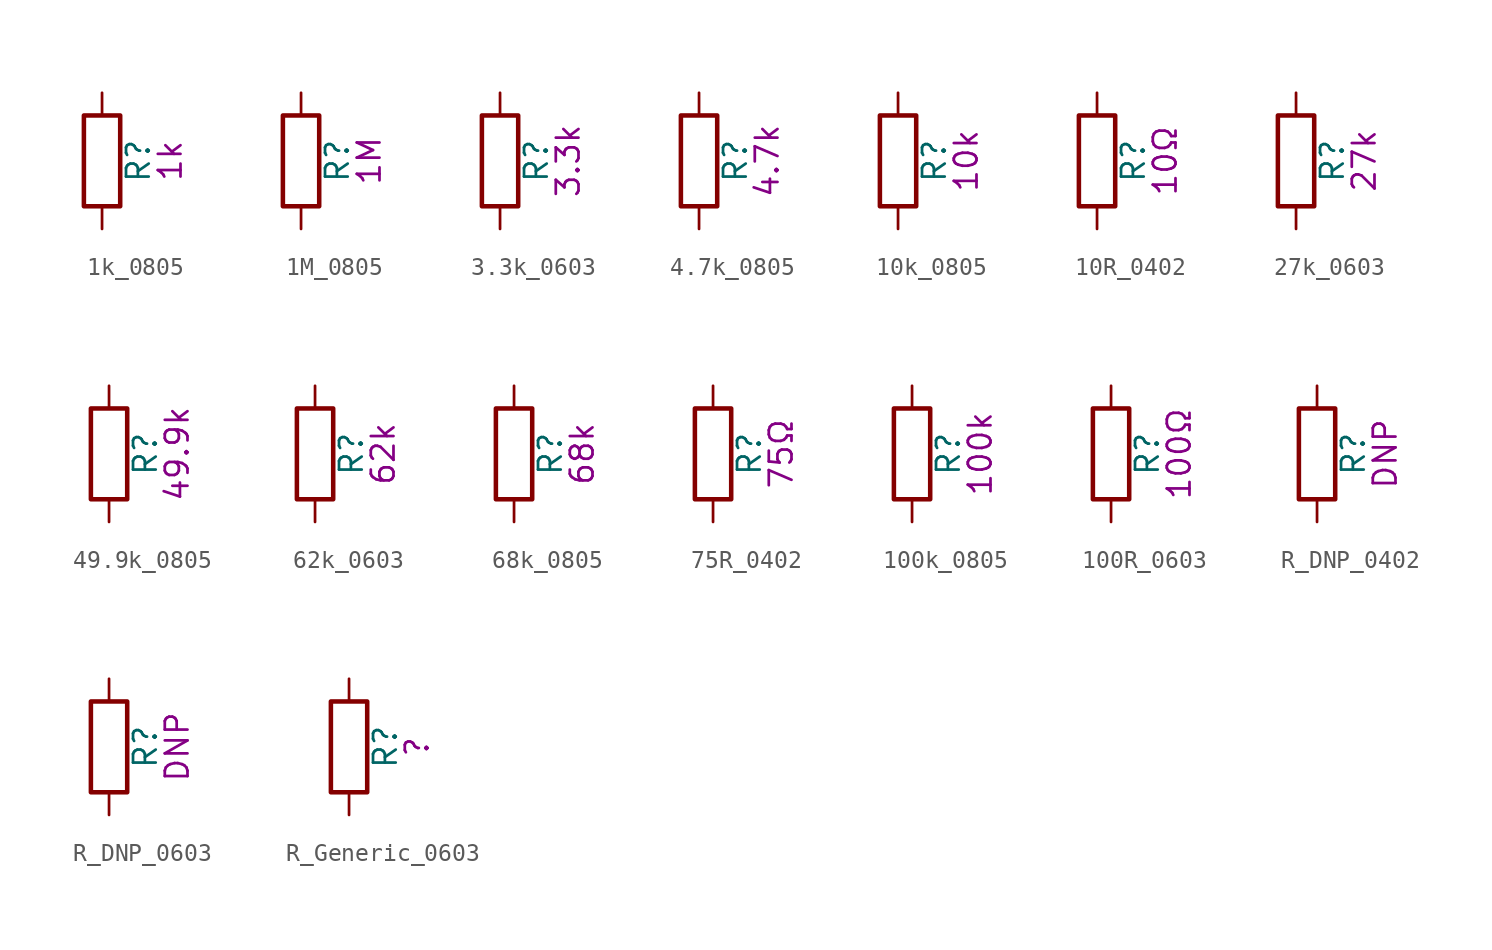
<source format=kicad_sym>
(kicad_symbol_lib
  (version 20211014)
  (generator kicad_symbol_editor)
  (symbol "1k_0805"
    (pin_numbers hide)
    (pin_names
      (offset 0))
    (property "Reference" "R"
      (at 2.032 0 90)
      (effects (font (size 1.27 1.27))))
    (property "Display" "1k"
      (at 3.81 0 90)
      (effects (font (size 1.27 1.27))))
    (property "JLCPCB ID" ""
      (at 0 0 0)
      (effects (font (size 1.27 1.27))))
    (symbol "1k_0805_0_1"
      (rectangle (start -1.016 -2.54) (end 1.016 2.54) (stroke (width 0.254) (type default) (color 0 0 0 0)) (fill (type none))))
    (symbol "1k_0805_1_1"
      (pin passive line (at 0 3.81 270) (length 1.27) (name "~" (effects (font (size 1.27 1.27)))) (number "1" (effects (font (size 1.27 1.27)))))
      (pin passive line (at 0 -3.81 90) (length 1.27) (name "~" (effects (font (size 1.27 1.27)))) (number "2" (effects (font (size 1.27 1.27)))))))
  (symbol "1M_0805"
    (pin_numbers hide)
    (pin_names
      (offset 0))
    (property "Reference" "R"
      (at 2.032 0 90)
      (effects (font (size 1.27 1.27))))
    (property "Display" "1M"
      (at 3.81 0 90)
      (effects (font (size 1.27 1.27))))
    (property "JLCPCB ID" ""
      (at 0 0 0)
      (effects (font (size 1.27 1.27))))
    (symbol "1M_0805_0_1"
      (rectangle (start -1.016 -2.54) (end 1.016 2.54) (stroke (width 0.254) (type default) (color 0 0 0 0)) (fill (type none))))
    (symbol "1M_0805_1_1"
      (pin passive line (at 0 3.81 270) (length 1.27) (name "~" (effects (font (size 1.27 1.27)))) (number "1" (effects (font (size 1.27 1.27)))))
      (pin passive line (at 0 -3.81 90) (length 1.27) (name "~" (effects (font (size 1.27 1.27)))) (number "2" (effects (font (size 1.27 1.27)))))))
  (symbol "3.3k_0603"
    (pin_numbers hide)
    (pin_names
      (offset 0))
    (property "Reference" "R"
      (at 2.032 0 90)
      (effects (font (size 1.27 1.27))))
    (property "Display" "3.3k"
      (at 3.81 0 90)
      (effects (font (size 1.27 1.27))))
    (symbol "3.3k_0603_0_1"
      (rectangle (start -1.016 -2.54) (end 1.016 2.54) (stroke (width 0.254) (type default) (color 0 0 0 0)) (fill (type none))))
    (symbol "3.3k_0603_1_1"
      (pin passive line (at 0 3.81 270) (length 1.27) (name "~" (effects (font (size 1.27 1.27)))) (number "1" (effects (font (size 1.27 1.27)))))
      (pin passive line (at 0 -3.81 90) (length 1.27) (name "~" (effects (font (size 1.27 1.27)))) (number "2" (effects (font (size 1.27 1.27)))))))
  (symbol "4.7k_0805"
    (pin_numbers hide)
    (pin_names
      (offset 0))
    (property "Reference" "R"
      (at 2.032 0 90)
      (effects (font (size 1.27 1.27))))
    (property "Display" "4.7k"
      (at 3.81 0 90)
      (effects (font (size 1.27 1.27))))
    (property "JLCPCB ID" ""
      (at 0 0 0)
      (effects (font (size 1.27 1.27))))
    (symbol "4.7k_0805_0_1"
      (rectangle (start -1.016 -2.54) (end 1.016 2.54) (stroke (width 0.254) (type default) (color 0 0 0 0)) (fill (type none))))
    (symbol "4.7k_0805_1_1"
      (pin passive line (at 0 3.81 270) (length 1.27) (name "~" (effects (font (size 1.27 1.27)))) (number "1" (effects (font (size 1.27 1.27)))))
      (pin passive line (at 0 -3.81 90) (length 1.27) (name "~" (effects (font (size 1.27 1.27)))) (number "2" (effects (font (size 1.27 1.27)))))))
  (symbol "10k_0805"
    (pin_numbers hide)
    (pin_names
      (offset 0))
    (property "Reference" "R"
      (at 2.032 0 90)
      (effects (font (size 1.27 1.27))))
    (property "Display" "10k"
      (at 3.81 0 90)
      (effects (font (size 1.27 1.27))))
    (property "JLCPCB ID" ""
      (at 0 0 0)
      (effects (font (size 1.27 1.27))))
    (symbol "10k_0805_0_1"
      (rectangle (start -1.016 -2.54) (end 1.016 2.54) (stroke (width 0.254) (type default) (color 0 0 0 0)) (fill (type none))))
    (symbol "10k_0805_1_1"
      (pin passive line (at 0 3.81 270) (length 1.27) (name "~" (effects (font (size 1.27 1.27)))) (number "1" (effects (font (size 1.27 1.27)))))
      (pin passive line (at 0 -3.81 90) (length 1.27) (name "~" (effects (font (size 1.27 1.27)))) (number "2" (effects (font (size 1.27 1.27)))))))
  (symbol "10R_0402"
    (pin_numbers hide)
    (pin_names
      (offset 0))
    (property "Reference" "R"
      (at 2.032 0 90)
      (effects (font (size 1.27 1.27))))
    (property "Display" "10Ω"
      (at 3.81 0 90)
      (effects (font (size 1.27 1.27))))
    (symbol "10R_0402_0_1"
      (rectangle (start -1.016 -2.54) (end 1.016 2.54) (stroke (width 0.254) (type default) (color 0 0 0 0)) (fill (type none))))
    (symbol "10R_0402_1_1"
      (pin passive line (at 0 3.81 270) (length 1.27) (name "~" (effects (font (size 1.27 1.27)))) (number "1" (effects (font (size 1.27 1.27)))))
      (pin passive line (at 0 -3.81 90) (length 1.27) (name "~" (effects (font (size 1.27 1.27)))) (number "2" (effects (font (size 1.27 1.27)))))))
  (symbol "27k_0603"
    (pin_numbers hide)
    (pin_names
      (offset 0))
    (property "Reference" "R"
      (at 2.032 0 90)
      (effects (font (size 1.27 1.27))))
    (property "Display" "27k"
      (at 3.81 0 90)
      (effects (font (size 1.27 1.27))))
    (symbol "27k_0603_0_1"
      (rectangle (start -1.016 -2.54) (end 1.016 2.54) (stroke (width 0.254) (type default) (color 0 0 0 0)) (fill (type none))))
    (symbol "27k_0603_1_1"
      (pin passive line (at 0 3.81 270) (length 1.27) (name "~" (effects (font (size 1.27 1.27)))) (number "1" (effects (font (size 1.27 1.27)))))
      (pin passive line (at 0 -3.81 90) (length 1.27) (name "~" (effects (font (size 1.27 1.27)))) (number "2" (effects (font (size 1.27 1.27)))))))
  (symbol "49.9k_0805"
    (pin_numbers hide)
    (pin_names
      (offset 0))
    (property "Reference" "R"
      (at 2.032 0 90)
      (effects (font (size 1.27 1.27))))
    (property "Display" "49.9k"
      (at 3.81 0 90)
      (effects (font (size 1.27 1.27))))
    (property "JLCPCB ID" ""
      (at 0 0 0)
      (effects (font (size 1.27 1.27))))
    (symbol "49.9k_0805_0_1"
      (rectangle (start -1.016 -2.54) (end 1.016 2.54) (stroke (width 0.254) (type default) (color 0 0 0 0)) (fill (type none))))
    (symbol "49.9k_0805_1_1"
      (pin passive line (at 0 3.81 270) (length 1.27) (name "~" (effects (font (size 1.27 1.27)))) (number "1" (effects (font (size 1.27 1.27)))))
      (pin passive line (at 0 -3.81 90) (length 1.27) (name "~" (effects (font (size 1.27 1.27)))) (number "2" (effects (font (size 1.27 1.27)))))))
  (symbol "62k_0603"
    (pin_numbers hide)
    (pin_names
      (offset 0))
    (property "Reference" "R"
      (at 2.032 0 90)
      (effects (font (size 1.27 1.27))))
    (property "Display" "62k"
      (at 3.81 0 90)
      (effects (font (size 1.27 1.27))))
    (symbol "62k_0603_0_1"
      (rectangle (start -1.016 -2.54) (end 1.016 2.54) (stroke (width 0.254) (type default) (color 0 0 0 0)) (fill (type none))))
    (symbol "62k_0603_1_1"
      (pin passive line (at 0 3.81 270) (length 1.27) (name "~" (effects (font (size 1.27 1.27)))) (number "1" (effects (font (size 1.27 1.27)))))
      (pin passive line (at 0 -3.81 90) (length 1.27) (name "~" (effects (font (size 1.27 1.27)))) (number "2" (effects (font (size 1.27 1.27)))))))
  (symbol "68k_0805"
    (pin_numbers hide)
    (pin_names
      (offset 0))
    (property "Reference" "R"
      (at 2.032 0 90)
      (effects (font (size 1.27 1.27))))
    (property "Display" "68k"
      (at 3.81 0 90)
      (effects (font (size 1.27 1.27))))
    (property "JLCPCB ID" ""
      (at 0 0 0)
      (effects (font (size 1.27 1.27))))
    (symbol "68k_0805_0_1"
      (rectangle (start -1.016 -2.54) (end 1.016 2.54) (stroke (width 0.254) (type default) (color 0 0 0 0)) (fill (type none))))
    (symbol "68k_0805_1_1"
      (pin passive line (at 0 3.81 270) (length 1.27) (name "~" (effects (font (size 1.27 1.27)))) (number "1" (effects (font (size 1.27 1.27)))))
      (pin passive line (at 0 -3.81 90) (length 1.27) (name "~" (effects (font (size 1.27 1.27)))) (number "2" (effects (font (size 1.27 1.27)))))))
  (symbol "75R_0402"
    (pin_numbers hide)
    (pin_names
      (offset 0))
    (property "Reference" "R"
      (at 2.032 0 90)
      (effects (font (size 1.27 1.27))))
    (property "Display" "75Ω"
      (at 3.81 0 90)
      (effects (font (size 1.27 1.27))))
    (symbol "75R_0402_0_1"
      (rectangle (start -1.016 -2.54) (end 1.016 2.54) (stroke (width 0.254) (type default) (color 0 0 0 0)) (fill (type none))))
    (symbol "75R_0402_1_1"
      (pin passive line (at 0 3.81 270) (length 1.27) (name "~" (effects (font (size 1.27 1.27)))) (number "1" (effects (font (size 1.27 1.27)))))
      (pin passive line (at 0 -3.81 90) (length 1.27) (name "~" (effects (font (size 1.27 1.27)))) (number "2" (effects (font (size 1.27 1.27)))))))
  (symbol "100k_0805"
    (pin_numbers hide)
    (pin_names
      (offset 0))
    (property "Reference" "R"
      (at 2.032 0 90)
      (effects (font (size 1.27 1.27))))
    (property "Display" "100k"
      (at 3.81 0 90)
      (effects (font (size 1.27 1.27))))
    (property "JLCPCB ID" ""
      (at 0 0 0)
      (effects (font (size 1.27 1.27))))
    (symbol "100k_0805_0_1"
      (rectangle (start -1.016 -2.54) (end 1.016 2.54) (stroke (width 0.254) (type default) (color 0 0 0 0)) (fill (type none))))
    (symbol "100k_0805_1_1"
      (pin passive line (at 0 3.81 270) (length 1.27) (name "~" (effects (font (size 1.27 1.27)))) (number "1" (effects (font (size 1.27 1.27)))))
      (pin passive line (at 0 -3.81 90) (length 1.27) (name "~" (effects (font (size 1.27 1.27)))) (number "2" (effects (font (size 1.27 1.27)))))))
  (symbol "100R_0603"
    (pin_numbers hide)
    (pin_names
      (offset 0))
    (property "Reference" "R"
      (at 2.032 0 90)
      (effects (font (size 1.27 1.27))))
    (property "Display" "100Ω"
      (at 3.81 0 90)
      (effects (font (size 1.27 1.27))))
    (symbol "100R_0603_0_1"
      (rectangle (start -1.016 -2.54) (end 1.016 2.54) (stroke (width 0.254) (type default) (color 0 0 0 0)) (fill (type none))))
    (symbol "100R_0603_1_1"
      (pin passive line (at 0 3.81 270) (length 1.27) (name "~" (effects (font (size 1.27 1.27)))) (number "1" (effects (font (size 1.27 1.27)))))
      (pin passive line (at 0 -3.81 90) (length 1.27) (name "~" (effects (font (size 1.27 1.27)))) (number "2" (effects (font (size 1.27 1.27)))))))
  (symbol "R_DNP_0402"
    (pin_numbers hide)
    (pin_names
      (offset 0))
    (property "Reference" "R"
      (at 2.032 0 90)
      (effects (font (size 1.27 1.27))))
    (property "Display" "DNP"
      (at 3.81 0 90)
      (effects (font (size 1.27 1.27))))
    (symbol "R_DNP_0402_0_1"
      (rectangle (start -1.016 -2.54) (end 1.016 2.54) (stroke (width 0.254) (type default) (color 0 0 0 0)) (fill (type none))))
    (symbol "R_DNP_0402_1_1"
      (pin passive line (at 0 3.81 270) (length 1.27) (name "~" (effects (font (size 1.27 1.27)))) (number "1" (effects (font (size 1.27 1.27)))))
      (pin passive line (at 0 -3.81 90) (length 1.27) (name "~" (effects (font (size 1.27 1.27)))) (number "2" (effects (font (size 1.27 1.27)))))))
  (symbol "R_DNP_0603"
    (pin_numbers hide)
    (pin_names
      (offset 0))
    (property "Reference" "R"
      (at 2.032 0 90)
      (effects (font (size 1.27 1.27))))
    (property "Display" "DNP"
      (at 3.81 0 90)
      (effects (font (size 1.27 1.27))))
    (symbol "R_DNP_0603_0_1"
      (rectangle (start -1.016 -2.54) (end 1.016 2.54) (stroke (width 0.254) (type default) (color 0 0 0 0)) (fill (type none))))
    (symbol "R_DNP_0603_1_1"
      (pin passive line (at 0 3.81 270) (length 1.27) (name "~" (effects (font (size 1.27 1.27)))) (number "1" (effects (font (size 1.27 1.27)))))
      (pin passive line (at 0 -3.81 90) (length 1.27) (name "~" (effects (font (size 1.27 1.27)))) (number "2" (effects (font (size 1.27 1.27)))))))
  (symbol "R_Generic_0603"
    (pin_numbers hide)
    (pin_names
      (offset 0))
    (property "Reference" "R"
      (at 2.032 0 90)
      (effects (font (size 1.27 1.27))))
    (property "Display" "?"
      (at 3.81 0 90)
      (effects (font (size 1.27 1.27))))
    (symbol "R_Generic_0603_0_1"
      (rectangle (start -1.016 -2.54) (end 1.016 2.54) (stroke (width 0.254) (type default) (color 0 0 0 0)) (fill (type none))))
    (symbol "R_Generic_0603_1_1"
      (pin passive line (at 0 3.81 270) (length 1.27) (name "~" (effects (font (size 1.27 1.27)))) (number "1" (effects (font (size 1.27 1.27)))))
      (pin passive line (at 0 -3.81 90) (length 1.27) (name "~" (effects (font (size 1.27 1.27)))) (number "2" (effects (font (size 1.27 1.27))))))))
</source>
